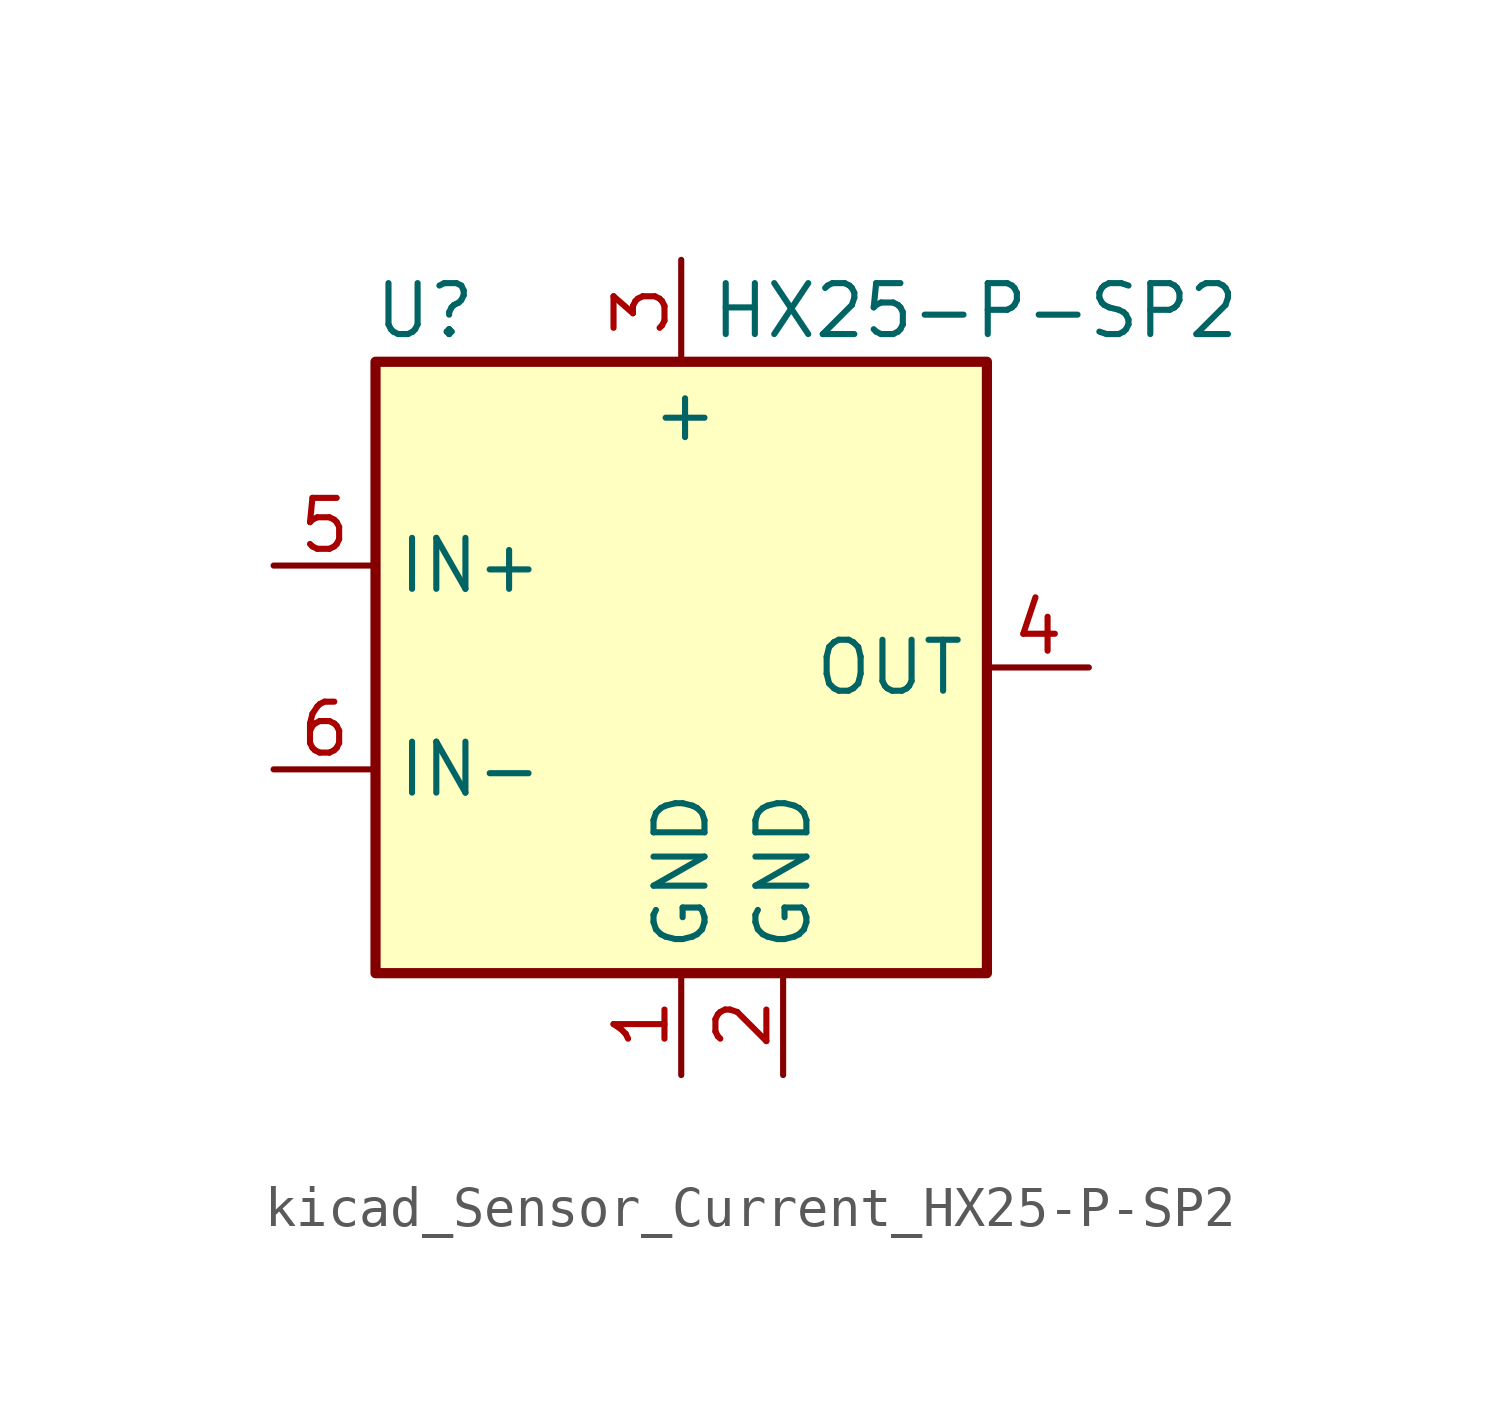
<source format=kicad_sym>
(kicad_symbol_lib
  (version 20220914)
  (generator kicad_symbol_editor)
  (symbol "kicad_Sensor_Current_HX25-P-SP2"
    (property "Reference" "U"
      (at -5.08 8.89 0)
      (effects (font (size 1.27 1.27)) (justify right)))
    (property "Value" "HX25-P-SP2"
      (at 13.97 8.89 0)
      (effects (font (size 1.27 1.27)) (justify right)))
    (symbol "kicad_Sensor_Current_HX25-P-SP2_0_1"
      (rectangle (start -7.62 7.62) (end 7.62 -7.62) (stroke (width 0.254) (type default)) (fill (type background))))
    (symbol "kicad_Sensor_Current_HX25-P-SP2_1_1"
      (pin power_in line (at 0 -10.16 90) (length 2.54) (name "GND" (effects (font (size 1.27 1.27)))) (number "1" (effects (font (size 1.27 1.27)))))
      (pin power_in line (at 2.54 -10.16 90) (length 2.54) (name "GND" (effects (font (size 1.27 1.27)))) (number "2" (effects (font (size 1.27 1.27)))))
      (pin power_in line (at 0 10.16 270) (length 2.54) (name "+" (effects (font (size 1.27 1.27)))) (number "3" (effects (font (size 1.27 1.27)))))
      (pin output line (at 10.16 0 180) (length 2.54) (name "OUT" (effects (font (size 1.27 1.27)))) (number "4" (effects (font (size 1.27 1.27)))))
      (pin passive line (at -10.16 2.54 0) (length 2.54) (name "IN+" (effects (font (size 1.27 1.27)))) (number "5" (effects (font (size 1.27 1.27)))))
      (pin passive line (at -10.16 -2.54 0) (length 2.54) (name "IN-" (effects (font (size 1.27 1.27)))) (number "6" (effects (font (size 1.27 1.27))))))))
</source>
